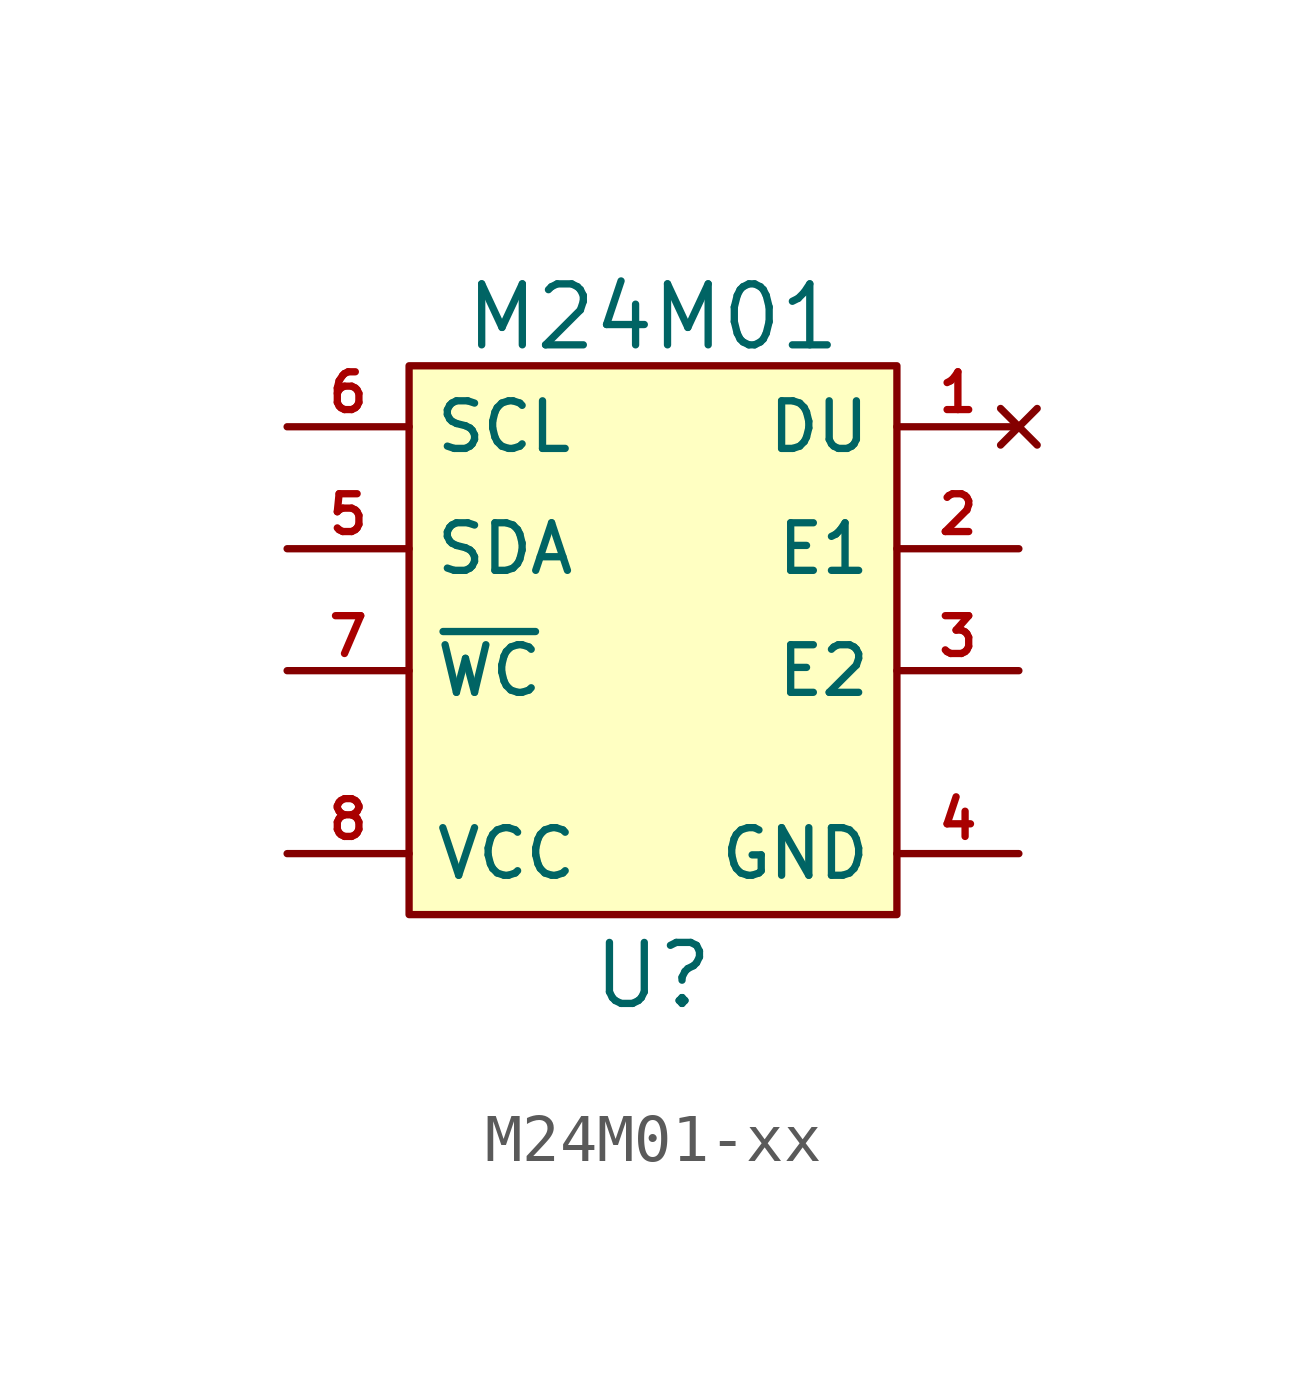
<source format=kicad_sym>
(kicad_symbol_lib
  (version 20231120)
  (generator "kicad_symbol_editor")
  (generator_version "8.0")
  (symbol "M24M01-xx"
    (property "Reference" "U"
      (at 0 -7.62 0)
      (effects (font (size 1.27 1.27))))
    (property "Value" "M24M01"
      (at 0 6.096 0)
      (effects (font (size 1.27 1.27))))
    (symbol "M24M01-xx_0_0"
      (pin no_connect line (at 7.62 3.81 180) (length 2.54) (name "DU" (effects (font (size 0.991 0.991)))) (number "1" (effects (font (size 0.787 0.787)))))
      (pin input line (at 7.62 1.27 180) (length 2.54) (name "E1" (effects (font (size 0.991 0.991)))) (number "2" (effects (font (size 0.787 0.787)))))
      (pin input line (at 7.62 -1.27 180) (length 2.54) (name "E2" (effects (font (size 0.991 0.991)))) (number "3" (effects (font (size 0.787 0.787)))))
      (pin power_in line (at 7.62 -5.08 180) (length 2.54) (name "GND" (effects (font (size 0.991 0.991)))) (number "4" (effects (font (size 0.787 0.787)))))
      (pin input line (at -7.62 1.27 0) (length 2.54) (name "SDA" (effects (font (size 0.991 0.991)))) (number "5" (effects (font (size 0.787 0.787)))))
      (pin input line (at -7.62 3.81 0) (length 2.54) (name "SCL" (effects (font (size 0.991 0.991)))) (number "6" (effects (font (size 0.787 0.787)))))
      (pin input line (at -7.62 -1.27 0) (length 2.54) (name "~{WC}" (effects (font (size 0.991 0.991)))) (number "7" (effects (font (size 0.787 0.787)))))
      (pin power_in line (at -7.62 -5.08 0) (length 2.54) (name "VCC" (effects (font (size 0.991 0.991)))) (number "8" (effects (font (size 0.787 0.787))))))
    (symbol "M24M01-xx_1_1"
      (rectangle (start -5.08 5.08) (end 5.08 -6.35) (stroke (width 0) (type default)) (fill (type background))))))
</source>
